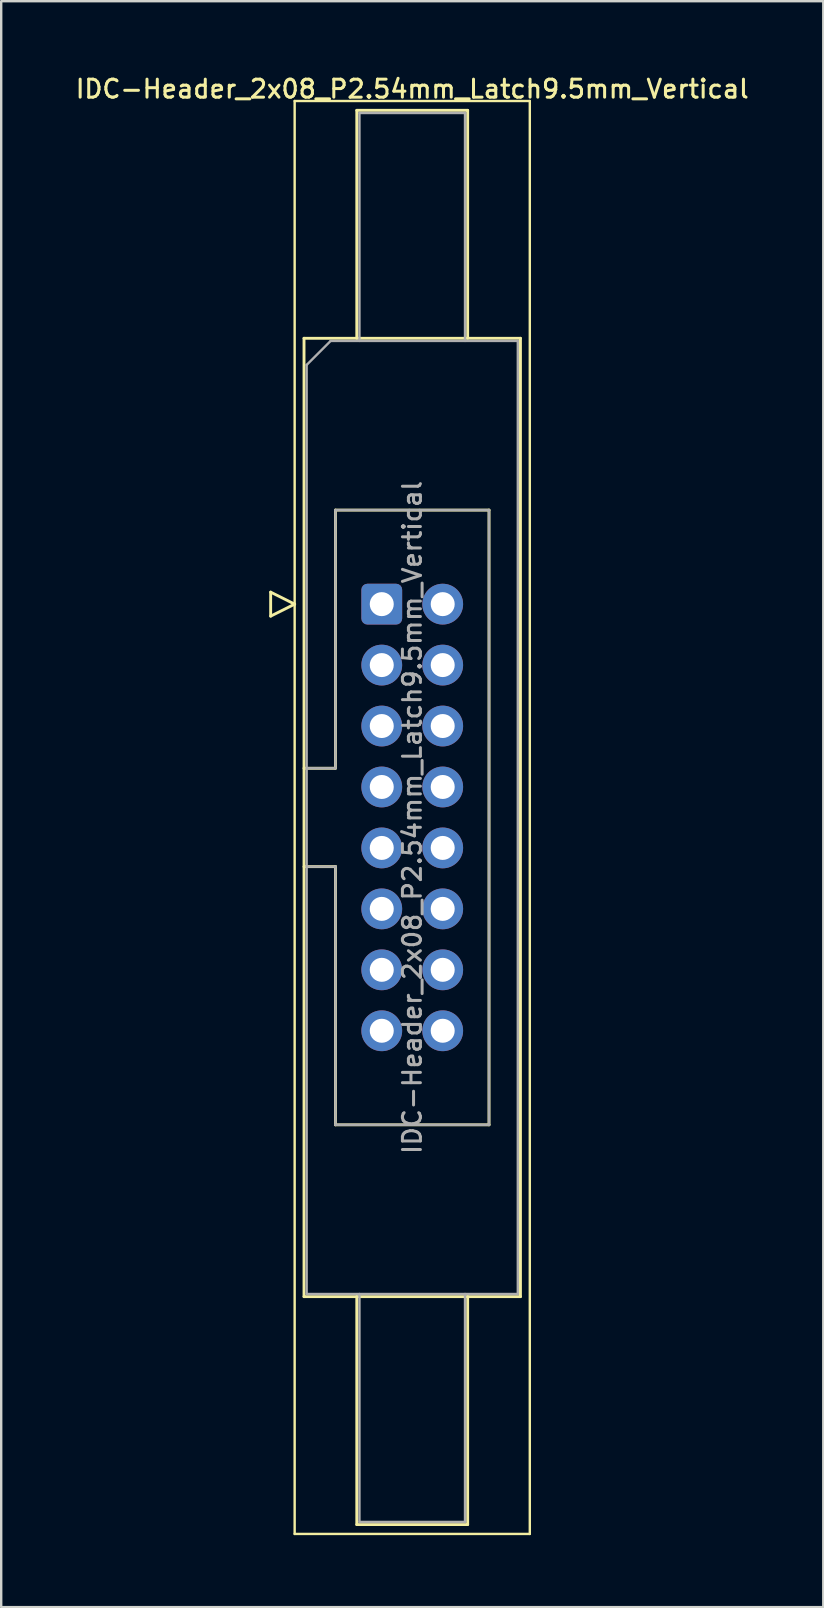
<source format=kicad_pcb>
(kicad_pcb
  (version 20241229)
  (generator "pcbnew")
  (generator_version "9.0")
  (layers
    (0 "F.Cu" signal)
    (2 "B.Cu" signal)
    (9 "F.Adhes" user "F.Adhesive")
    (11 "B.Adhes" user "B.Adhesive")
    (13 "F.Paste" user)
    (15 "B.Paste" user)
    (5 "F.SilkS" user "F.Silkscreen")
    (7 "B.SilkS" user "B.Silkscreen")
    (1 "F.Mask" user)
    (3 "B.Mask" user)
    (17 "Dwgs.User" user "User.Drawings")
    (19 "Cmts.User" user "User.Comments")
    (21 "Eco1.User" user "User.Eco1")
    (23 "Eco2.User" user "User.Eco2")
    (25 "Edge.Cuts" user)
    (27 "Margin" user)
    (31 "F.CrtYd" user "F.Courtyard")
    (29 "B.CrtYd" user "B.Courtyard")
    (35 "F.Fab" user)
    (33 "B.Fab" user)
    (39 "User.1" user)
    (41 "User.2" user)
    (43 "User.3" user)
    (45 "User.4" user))
  (footprint "IDC-Header_2x08_P2.54mm_Latch9.5mm_Vertical"
    (layer "F.Cu")
    (at 12.86 22.128)
    (property "Reference" "IDC-Header_2x08_P2.54mm_Latch9.5mm_Vertical" (at 1.27 -21.47 0) (layer "F.SilkS") (effects (font (size 0.75 0.75) (thickness 0.125))))
    (attr through_hole)
    (fp_line (start -4.63 -0.5) (end -4.63 0.5) (stroke (width 0.12) (type solid)) (layer "F.SilkS"))
    (fp_line (start -4.63 0.5) (end -3.63 0) (stroke (width 0.12) (type solid)) (layer "F.SilkS"))
    (fp_line (start -3.63 -20.97) (end -3.63 38.75) (stroke (width 0.1) (type solid)) (layer "F.SilkS"))
    (fp_line (start -3.63 0) (end -4.63 -0.5) (stroke (width 0.12) (type solid)) (layer "F.SilkS"))
    (fp_line (start -3.63 38.75) (end 6.17 38.75) (stroke (width 0.1) (type solid)) (layer "F.SilkS"))
    (fp_line (start -3.24 -11.08) (end 5.78 -11.08) (stroke (width 0.12) (type solid)) (layer "F.SilkS"))
    (fp_line (start -3.24 6.84) (end -1.93 6.84) (stroke (width 0.12) (type solid)) (layer "F.SilkS"))
    (fp_line (start -3.24 28.86) (end -3.24 -11.08) (stroke (width 0.12) (type solid)) (layer "F.SilkS"))
    (fp_line (start -1.93 -3.92) (end 4.47 -3.92) (stroke (width 0.12) (type solid)) (layer "F.SilkS"))
    (fp_line (start -1.93 6.84) (end -1.93 -3.92) (stroke (width 0.12) (type solid)) (layer "F.SilkS"))
    (fp_line (start -1.93 10.94) (end -3.24 10.94) (stroke (width 0.12) (type solid)) (layer "F.SilkS"))
    (fp_line (start -1.93 10.94) (end -1.93 10.94) (stroke (width 0.12) (type solid)) (layer "F.SilkS"))
    (fp_line (start -1.93 21.7) (end -1.93 10.94) (stroke (width 0.12) (type solid)) (layer "F.SilkS"))
    (fp_line (start -1.04 -20.58) (end 3.58 -20.58) (stroke (width 0.12) (type solid)) (layer "F.SilkS"))
    (fp_line (start -1.04 -11.08) (end -1.04 -20.58) (stroke (width 0.12) (type solid)) (layer "F.SilkS"))
    (fp_line (start -1.04 28.86) (end -1.04 38.36) (stroke (width 0.12) (type solid)) (layer "F.SilkS"))
    (fp_line (start -1.04 38.36) (end 3.58 38.36) (stroke (width 0.12) (type solid)) (layer "F.SilkS"))
    (fp_line (start 3.58 -20.58) (end 3.58 -11.08) (stroke (width 0.12) (type solid)) (layer "F.SilkS"))
    (fp_line (start 3.58 38.36) (end 3.58 28.86) (stroke (width 0.12) (type solid)) (layer "F.SilkS"))
    (fp_line (start 4.47 -3.92) (end 4.47 21.7) (stroke (width 0.12) (type solid)) (layer "F.SilkS"))
    (fp_line (start 4.47 21.7) (end -1.93 21.7) (stroke (width 0.12) (type solid)) (layer "F.SilkS"))
    (fp_line (start 5.78 -11.08) (end 5.78 28.86) (stroke (width 0.12) (type solid)) (layer "F.SilkS"))
    (fp_line (start 5.78 28.86) (end -3.24 28.86) (stroke (width 0.12) (type solid)) (layer "F.SilkS"))
    (fp_line (start 6.17 -20.97) (end -3.63 -20.97) (stroke (width 0.1) (type solid)) (layer "F.SilkS"))
    (fp_line (start 6.17 38.75) (end 6.17 -20.97) (stroke (width 0.1) (type solid)) (layer "F.SilkS"))
    (fp_line (start -3.13 -9.97) (end -2.13 -10.97) (stroke (width 0.1) (type solid)) (layer "F.Fab"))
    (fp_line (start -3.13 6.84) (end -1.93 6.84) (stroke (width 0.1) (type solid)) (layer "F.Fab"))
    (fp_line (start -3.13 28.75) (end -3.13 -9.97) (stroke (width 0.1) (type solid)) (layer "F.Fab"))
    (fp_line (start -2.13 -10.97) (end 5.67 -10.97) (stroke (width 0.1) (type solid)) (layer "F.Fab"))
    (fp_line (start -1.93 -3.92) (end 4.47 -3.92) (stroke (width 0.1) (type solid)) (layer "F.Fab"))
    (fp_line (start -1.93 6.84) (end -1.93 -3.92) (stroke (width 0.1) (type solid)) (layer "F.Fab"))
    (fp_line (start -1.93 10.94) (end -3.13 10.94) (stroke (width 0.1) (type solid)) (layer "F.Fab"))
    (fp_line (start -1.93 10.94) (end -1.93 10.94) (stroke (width 0.1) (type solid)) (layer "F.Fab"))
    (fp_line (start -1.93 21.7) (end -1.93 10.94) (stroke (width 0.1) (type solid)) (layer "F.Fab"))
    (fp_line (start -0.93 -20.47) (end 3.47 -20.47) (stroke (width 0.1) (type solid)) (layer "F.Fab"))
    (fp_line (start -0.93 -10.97) (end -0.93 -20.47) (stroke (width 0.1) (type solid)) (layer "F.Fab"))
    (fp_line (start -0.93 28.75) (end -0.93 38.25) (stroke (width 0.1) (type solid)) (layer "F.Fab"))
    (fp_line (start -0.93 38.25) (end 3.47 38.25) (stroke (width 0.1) (type solid)) (layer "F.Fab"))
    (fp_line (start 3.47 -20.47) (end 3.47 -10.97) (stroke (width 0.1) (type solid)) (layer "F.Fab"))
    (fp_line (start 3.47 38.25) (end 3.47 28.75) (stroke (width 0.1) (type solid)) (layer "F.Fab"))
    (fp_line (start 4.47 -3.92) (end 4.47 21.7) (stroke (width 0.1) (type solid)) (layer "F.Fab"))
    (fp_line (start 4.47 21.7) (end -1.93 21.7) (stroke (width 0.1) (type solid)) (layer "F.Fab"))
    (fp_line (start 5.67 -10.97) (end 5.67 28.75) (stroke (width 0.1) (type solid)) (layer "F.Fab"))
    (fp_line (start 5.67 28.75) (end -3.13 28.75) (stroke (width 0.1) (type solid)) (layer "F.Fab"))
    (fp_text user "${REFERENCE}" (at 1.27 8.89 90) (layer "F.Fab") (effects (font (size 0.75 0.75) (thickness 0.125))))
    (pad "1" thru_hole roundrect (at 0 0) (size 1.7 1.7) (drill 1) (layers "*.Cu" "*.Mask") (roundrect_rratio 0.147))
    (pad "2" thru_hole circle (at 2.54 0) (size 1.7 1.7) (drill 1) (layers "*.Cu" "*.Mask"))
    (pad "3" thru_hole circle (at 0 2.54) (size 1.7 1.7) (drill 1) (layers "*.Cu" "*.Mask"))
    (pad "4" thru_hole circle (at 2.54 2.54) (size 1.7 1.7) (drill 1) (layers "*.Cu" "*.Mask"))
    (pad "5" thru_hole circle (at 0 5.08) (size 1.7 1.7) (drill 1) (layers "*.Cu" "*.Mask"))
    (pad "6" thru_hole circle (at 2.54 5.08) (size 1.7 1.7) (drill 1) (layers "*.Cu" "*.Mask"))
    (pad "7" thru_hole circle (at 0 7.62) (size 1.7 1.7) (drill 1) (layers "*.Cu" "*.Mask"))
    (pad "8" thru_hole circle (at 2.54 7.62) (size 1.7 1.7) (drill 1) (layers "*.Cu" "*.Mask"))
    (pad "9" thru_hole circle (at 0 10.16) (size 1.7 1.7) (drill 1) (layers "*.Cu" "*.Mask"))
    (pad "10" thru_hole circle (at 2.54 10.16) (size 1.7 1.7) (drill 1) (layers "*.Cu" "*.Mask"))
    (pad "11" thru_hole circle (at 0 12.7) (size 1.7 1.7) (drill 1) (layers "*.Cu" "*.Mask"))
    (pad "12" thru_hole circle (at 2.54 12.7) (size 1.7 1.7) (drill 1) (layers "*.Cu" "*.Mask"))
    (pad "13" thru_hole circle (at 0 15.24) (size 1.7 1.7) (drill 1) (layers "*.Cu" "*.Mask"))
    (pad "14" thru_hole circle (at 2.54 15.24) (size 1.7 1.7) (drill 1) (layers "*.Cu" "*.Mask"))
    (pad "15" thru_hole circle (at 0 17.78) (size 1.7 1.7) (drill 1) (layers "*.Cu" "*.Mask"))
    (pad "16" thru_hole circle (at 2.54 17.78) (size 1.7 1.7) (drill 1) (layers "*.Cu" "*.Mask")))
  (gr_rect
    (start -3 -3)
    (end 31.261 63.928)
    (stroke (width 0.1) (type default))
    (fill no)
    (layer "Edge.Cuts")))
</source>
